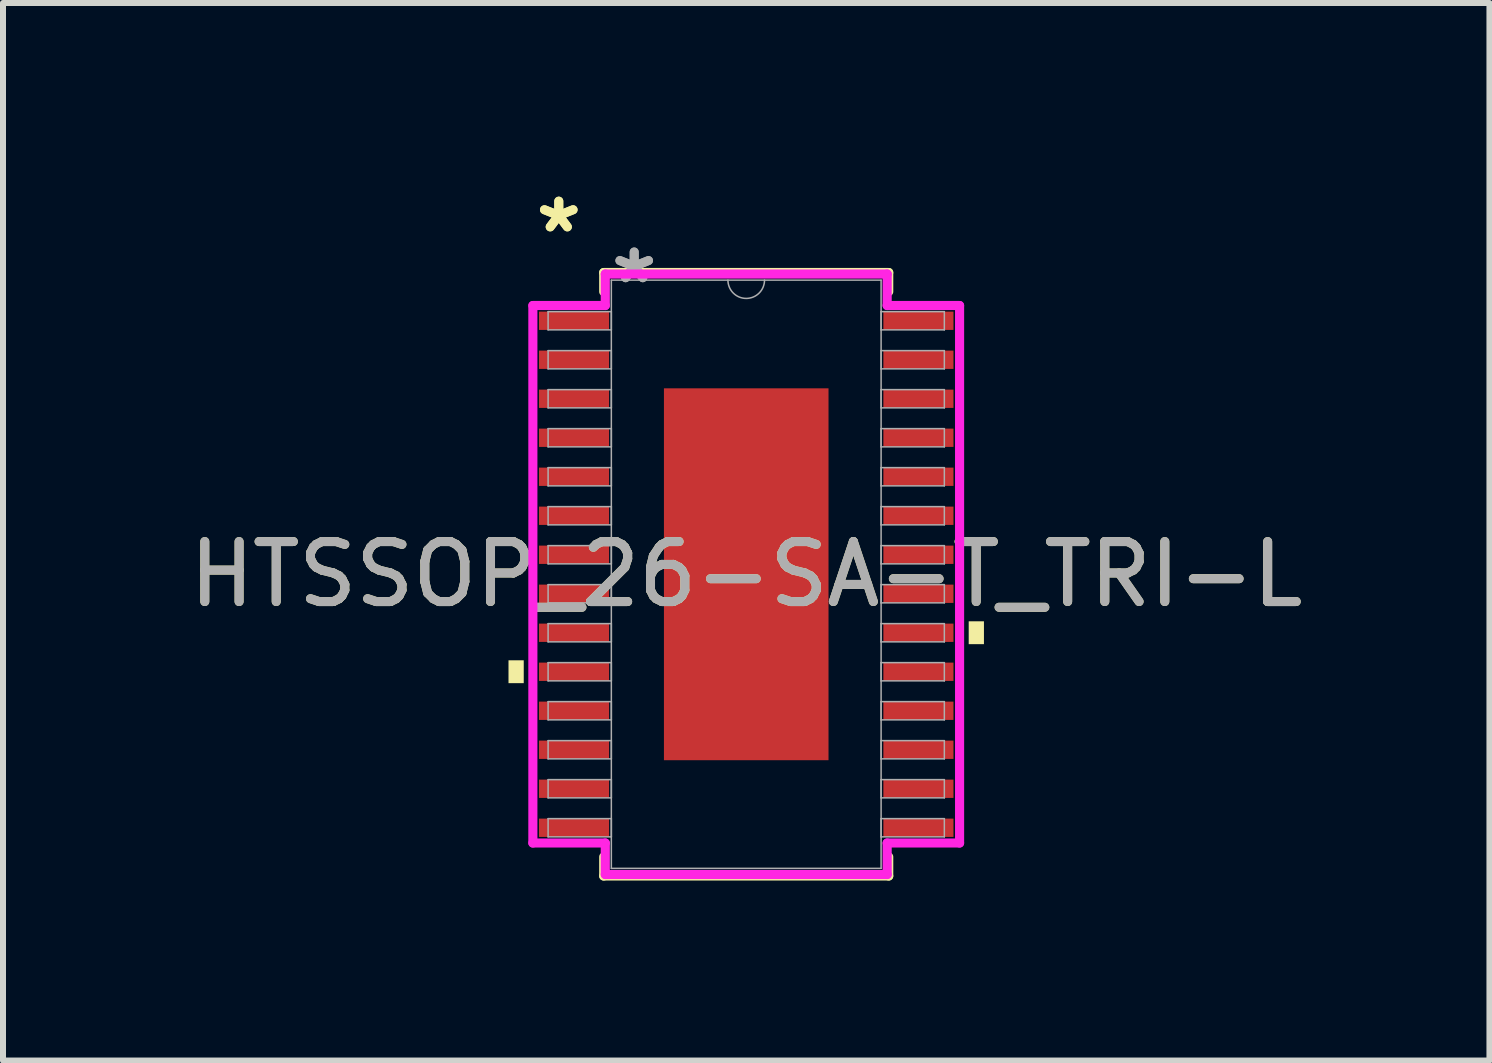
<source format=kicad_pcb>
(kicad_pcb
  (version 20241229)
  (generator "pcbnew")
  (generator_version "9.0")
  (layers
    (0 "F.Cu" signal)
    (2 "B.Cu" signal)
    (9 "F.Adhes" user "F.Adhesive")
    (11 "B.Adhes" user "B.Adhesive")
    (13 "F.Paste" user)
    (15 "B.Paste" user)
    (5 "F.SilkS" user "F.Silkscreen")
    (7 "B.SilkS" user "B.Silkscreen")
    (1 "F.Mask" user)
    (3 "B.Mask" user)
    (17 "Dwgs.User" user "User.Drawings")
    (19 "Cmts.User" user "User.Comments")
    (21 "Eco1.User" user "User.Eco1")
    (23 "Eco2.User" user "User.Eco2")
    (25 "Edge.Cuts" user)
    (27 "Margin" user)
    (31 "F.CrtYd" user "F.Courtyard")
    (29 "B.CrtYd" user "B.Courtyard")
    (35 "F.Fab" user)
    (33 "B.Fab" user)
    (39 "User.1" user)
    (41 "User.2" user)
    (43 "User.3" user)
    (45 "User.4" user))
  (footprint "HTSSOP_26-SA-T_TRI-L"
    (layer "F.Cu")
    (at 9.387 6.521)
    (property "Reference" "HTSSOP_26-SA-T_TRI-L" (at 0 0 0) (unlocked yes) (layer "F.SilkS") (effects (font (size 1 1) (thickness 0.15))))
    (attr smd)
    (fp_line (start -2.375 -5.029) (end -2.375 -4.71) (stroke (width 0.152) (type solid)) (layer "F.SilkS"))
    (fp_line (start -2.375 4.71) (end -2.375 5.029) (stroke (width 0.152) (type solid)) (layer "F.SilkS"))
    (fp_line (start -2.375 5.029) (end 2.375 5.029) (stroke (width 0.152) (type solid)) (layer "F.SilkS"))
    (fp_line (start 2.375 -5.029) (end -2.375 -5.029) (stroke (width 0.152) (type solid)) (layer "F.SilkS"))
    (fp_line (start 2.375 -4.71) (end 2.375 -5.029) (stroke (width 0.152) (type solid)) (layer "F.SilkS"))
    (fp_line (start 2.375 5.029) (end 2.375 4.71) (stroke (width 0.152) (type solid)) (layer "F.SilkS"))
    (fp_poly (pts (xy -3.962 1.434) (xy -3.962 1.815) (xy -3.708 1.815) (xy -3.708 1.434)) (stroke (width 0) (type solid)) (fill yes) (layer "F.SilkS"))
    (fp_poly (pts (xy 3.962 0.784) (xy 3.962 1.165) (xy 3.708 1.165) (xy 3.708 0.784)) (stroke (width 0) (type solid)) (fill yes) (layer "F.SilkS"))
    (fp_poly (pts (xy -1.272 -2.999) (xy -1.272 -1.649) (xy -0.1 -1.649) (xy -0.1 -2.999)) (stroke (width 0) (type solid)) (fill yes) (layer "F.Paste"))
    (fp_poly (pts (xy -1.272 -1.449) (xy -1.272 -0.1) (xy -0.1 -0.1) (xy -0.1 -1.449)) (stroke (width 0) (type solid)) (fill yes) (layer "F.Paste"))
    (fp_poly (pts (xy -1.272 0.1) (xy -1.272 1.449) (xy -0.1 1.449) (xy -0.1 0.1)) (stroke (width 0) (type solid)) (fill yes) (layer "F.Paste"))
    (fp_poly (pts (xy -1.272 1.649) (xy -1.272 2.999) (xy -0.1 2.999) (xy -0.1 1.649)) (stroke (width 0) (type solid)) (fill yes) (layer "F.Paste"))
    (fp_poly (pts (xy 0.1 -2.999) (xy 0.1 -1.649) (xy 1.272 -1.649) (xy 1.272 -2.999)) (stroke (width 0) (type solid)) (fill yes) (layer "F.Paste"))
    (fp_poly (pts (xy 0.1 -1.449) (xy 0.1 -0.1) (xy 1.272 -0.1) (xy 1.272 -1.449)) (stroke (width 0) (type solid)) (fill yes) (layer "F.Paste"))
    (fp_poly (pts (xy 0.1 0.1) (xy 0.1 1.449) (xy 1.272 1.449) (xy 1.272 0.1)) (stroke (width 0) (type solid)) (fill yes) (layer "F.Paste"))
    (fp_poly (pts (xy 0.1 1.649) (xy 0.1 2.999) (xy 1.272 2.999) (xy 1.272 1.649)) (stroke (width 0) (type solid)) (fill yes) (layer "F.Paste"))
    (fp_line (start -3.556 -4.479) (end -2.349 -4.479) (stroke (width 0.152) (type solid)) (layer "F.CrtYd"))
    (fp_line (start -3.556 4.479) (end -3.556 -4.479) (stroke (width 0.152) (type solid)) (layer "F.CrtYd"))
    (fp_line (start -3.556 4.479) (end -2.349 4.479) (stroke (width 0.152) (type solid)) (layer "F.CrtYd"))
    (fp_line (start -2.349 -5.004) (end 2.349 -5.004) (stroke (width 0.152) (type solid)) (layer "F.CrtYd"))
    (fp_line (start -2.349 -4.479) (end -2.349 -5.004) (stroke (width 0.152) (type solid)) (layer "F.CrtYd"))
    (fp_line (start -2.349 5.004) (end -2.349 4.479) (stroke (width 0.152) (type solid)) (layer "F.CrtYd"))
    (fp_line (start 2.349 -5.004) (end 2.349 -4.479) (stroke (width 0.152) (type solid)) (layer "F.CrtYd"))
    (fp_line (start 2.349 4.479) (end 2.349 5.004) (stroke (width 0.152) (type solid)) (layer "F.CrtYd"))
    (fp_line (start 2.349 5.004) (end -2.349 5.004) (stroke (width 0.152) (type solid)) (layer "F.CrtYd"))
    (fp_line (start 3.556 -4.479) (end 2.349 -4.479) (stroke (width 0.152) (type solid)) (layer "F.CrtYd"))
    (fp_line (start 3.556 -4.479) (end 3.556 4.479) (stroke (width 0.152) (type solid)) (layer "F.CrtYd"))
    (fp_line (start 3.556 4.479) (end 2.349 4.479) (stroke (width 0.152) (type solid)) (layer "F.CrtYd"))
    (fp_line (start -3.302 -4.377) (end -3.302 -4.073) (stroke (width 0.025) (type solid)) (layer "F.Fab"))
    (fp_line (start -3.302 -4.073) (end -2.248 -4.073) (stroke (width 0.025) (type solid)) (layer "F.Fab"))
    (fp_line (start -3.302 -3.727) (end -3.302 -3.423) (stroke (width 0.025) (type solid)) (layer "F.Fab"))
    (fp_line (start -3.302 -3.423) (end -2.248 -3.423) (stroke (width 0.025) (type solid)) (layer "F.Fab"))
    (fp_line (start -3.302 -3.077) (end -3.302 -2.773) (stroke (width 0.025) (type solid)) (layer "F.Fab"))
    (fp_line (start -3.302 -2.773) (end -2.248 -2.773) (stroke (width 0.025) (type solid)) (layer "F.Fab"))
    (fp_line (start -3.302 -2.427) (end -3.302 -2.123) (stroke (width 0.025) (type solid)) (layer "F.Fab"))
    (fp_line (start -3.302 -2.123) (end -2.248 -2.123) (stroke (width 0.025) (type solid)) (layer "F.Fab"))
    (fp_line (start -3.302 -1.777) (end -3.302 -1.473) (stroke (width 0.025) (type solid)) (layer "F.Fab"))
    (fp_line (start -3.302 -1.473) (end -2.248 -1.473) (stroke (width 0.025) (type solid)) (layer "F.Fab"))
    (fp_line (start -3.302 -1.127) (end -3.302 -0.823) (stroke (width 0.025) (type solid)) (layer "F.Fab"))
    (fp_line (start -3.302 -0.823) (end -2.248 -0.823) (stroke (width 0.025) (type solid)) (layer "F.Fab"))
    (fp_line (start -3.302 -0.477) (end -3.302 -0.173) (stroke (width 0.025) (type solid)) (layer "F.Fab"))
    (fp_line (start -3.302 -0.173) (end -2.248 -0.173) (stroke (width 0.025) (type solid)) (layer "F.Fab"))
    (fp_line (start -3.302 0.173) (end -3.302 0.477) (stroke (width 0.025) (type solid)) (layer "F.Fab"))
    (fp_line (start -3.302 0.477) (end -2.248 0.477) (stroke (width 0.025) (type solid)) (layer "F.Fab"))
    (fp_line (start -3.302 0.823) (end -3.302 1.127) (stroke (width 0.025) (type solid)) (layer "F.Fab"))
    (fp_line (start -3.302 1.127) (end -2.248 1.127) (stroke (width 0.025) (type solid)) (layer "F.Fab"))
    (fp_line (start -3.302 1.473) (end -3.302 1.777) (stroke (width 0.025) (type solid)) (layer "F.Fab"))
    (fp_line (start -3.302 1.777) (end -2.248 1.777) (stroke (width 0.025) (type solid)) (layer "F.Fab"))
    (fp_line (start -3.302 2.123) (end -3.302 2.427) (stroke (width 0.025) (type solid)) (layer "F.Fab"))
    (fp_line (start -3.302 2.427) (end -2.248 2.427) (stroke (width 0.025) (type solid)) (layer "F.Fab"))
    (fp_line (start -3.302 2.773) (end -3.302 3.077) (stroke (width 0.025) (type solid)) (layer "F.Fab"))
    (fp_line (start -3.302 3.077) (end -2.248 3.077) (stroke (width 0.025) (type solid)) (layer "F.Fab"))
    (fp_line (start -3.302 3.423) (end -3.302 3.727) (stroke (width 0.025) (type solid)) (layer "F.Fab"))
    (fp_line (start -3.302 3.727) (end -2.248 3.727) (stroke (width 0.025) (type solid)) (layer "F.Fab"))
    (fp_line (start -3.302 4.073) (end -3.302 4.377) (stroke (width 0.025) (type solid)) (layer "F.Fab"))
    (fp_line (start -3.302 4.377) (end -2.248 4.377) (stroke (width 0.025) (type solid)) (layer "F.Fab"))
    (fp_line (start -2.248 -4.902) (end -2.248 4.902) (stroke (width 0.025) (type solid)) (layer "F.Fab"))
    (fp_line (start -2.248 -4.377) (end -3.302 -4.377) (stroke (width 0.025) (type solid)) (layer "F.Fab"))
    (fp_line (start -2.248 -4.073) (end -2.248 -4.377) (stroke (width 0.025) (type solid)) (layer "F.Fab"))
    (fp_line (start -2.248 -3.727) (end -3.302 -3.727) (stroke (width 0.025) (type solid)) (layer "F.Fab"))
    (fp_line (start -2.248 -3.423) (end -2.248 -3.727) (stroke (width 0.025) (type solid)) (layer "F.Fab"))
    (fp_line (start -2.248 -3.077) (end -3.302 -3.077) (stroke (width 0.025) (type solid)) (layer "F.Fab"))
    (fp_line (start -2.248 -2.773) (end -2.248 -3.077) (stroke (width 0.025) (type solid)) (layer "F.Fab"))
    (fp_line (start -2.248 -2.427) (end -3.302 -2.427) (stroke (width 0.025) (type solid)) (layer "F.Fab"))
    (fp_line (start -2.248 -2.123) (end -2.248 -2.427) (stroke (width 0.025) (type solid)) (layer "F.Fab"))
    (fp_line (start -2.248 -1.777) (end -3.302 -1.777) (stroke (width 0.025) (type solid)) (layer "F.Fab"))
    (fp_line (start -2.248 -1.473) (end -2.248 -1.777) (stroke (width 0.025) (type solid)) (layer "F.Fab"))
    (fp_line (start -2.248 -1.127) (end -3.302 -1.127) (stroke (width 0.025) (type solid)) (layer "F.Fab"))
    (fp_line (start -2.248 -0.823) (end -2.248 -1.127) (stroke (width 0.025) (type solid)) (layer "F.Fab"))
    (fp_line (start -2.248 -0.477) (end -3.302 -0.477) (stroke (width 0.025) (type solid)) (layer "F.Fab"))
    (fp_line (start -2.248 -0.173) (end -2.248 -0.477) (stroke (width 0.025) (type solid)) (layer "F.Fab"))
    (fp_line (start -2.248 0.173) (end -3.302 0.173) (stroke (width 0.025) (type solid)) (layer "F.Fab"))
    (fp_line (start -2.248 0.477) (end -2.248 0.173) (stroke (width 0.025) (type solid)) (layer "F.Fab"))
    (fp_line (start -2.248 0.823) (end -3.302 0.823) (stroke (width 0.025) (type solid)) (layer "F.Fab"))
    (fp_line (start -2.248 1.127) (end -2.248 0.823) (stroke (width 0.025) (type solid)) (layer "F.Fab"))
    (fp_line (start -2.248 1.473) (end -3.302 1.473) (stroke (width 0.025) (type solid)) (layer "F.Fab"))
    (fp_line (start -2.248 1.777) (end -2.248 1.473) (stroke (width 0.025) (type solid)) (layer "F.Fab"))
    (fp_line (start -2.248 2.123) (end -3.302 2.123) (stroke (width 0.025) (type solid)) (layer "F.Fab"))
    (fp_line (start -2.248 2.427) (end -2.248 2.123) (stroke (width 0.025) (type solid)) (layer "F.Fab"))
    (fp_line (start -2.248 2.773) (end -3.302 2.773) (stroke (width 0.025) (type solid)) (layer "F.Fab"))
    (fp_line (start -2.248 3.077) (end -2.248 2.773) (stroke (width 0.025) (type solid)) (layer "F.Fab"))
    (fp_line (start -2.248 3.423) (end -3.302 3.423) (stroke (width 0.025) (type solid)) (layer "F.Fab"))
    (fp_line (start -2.248 3.727) (end -2.248 3.423) (stroke (width 0.025) (type solid)) (layer "F.Fab"))
    (fp_line (start -2.248 4.073) (end -3.302 4.073) (stroke (width 0.025) (type solid)) (layer "F.Fab"))
    (fp_line (start -2.248 4.377) (end -2.248 4.073) (stroke (width 0.025) (type solid)) (layer "F.Fab"))
    (fp_line (start -2.248 4.902) (end 2.248 4.902) (stroke (width 0.025) (type solid)) (layer "F.Fab"))
    (fp_line (start 2.248 -4.902) (end -2.248 -4.902) (stroke (width 0.025) (type solid)) (layer "F.Fab"))
    (fp_line (start 2.248 -4.377) (end 2.248 -4.073) (stroke (width 0.025) (type solid)) (layer "F.Fab"))
    (fp_line (start 2.248 -4.073) (end 3.302 -4.073) (stroke (width 0.025) (type solid)) (layer "F.Fab"))
    (fp_line (start 2.248 -3.727) (end 2.248 -3.423) (stroke (width 0.025) (type solid)) (layer "F.Fab"))
    (fp_line (start 2.248 -3.423) (end 3.302 -3.423) (stroke (width 0.025) (type solid)) (layer "F.Fab"))
    (fp_line (start 2.248 -3.077) (end 2.248 -2.773) (stroke (width 0.025) (type solid)) (layer "F.Fab"))
    (fp_line (start 2.248 -2.773) (end 3.302 -2.773) (stroke (width 0.025) (type solid)) (layer "F.Fab"))
    (fp_line (start 2.248 -2.427) (end 2.248 -2.123) (stroke (width 0.025) (type solid)) (layer "F.Fab"))
    (fp_line (start 2.248 -2.123) (end 3.302 -2.123) (stroke (width 0.025) (type solid)) (layer "F.Fab"))
    (fp_line (start 2.248 -1.777) (end 2.248 -1.473) (stroke (width 0.025) (type solid)) (layer "F.Fab"))
    (fp_line (start 2.248 -1.473) (end 3.302 -1.473) (stroke (width 0.025) (type solid)) (layer "F.Fab"))
    (fp_line (start 2.248 -1.127) (end 2.248 -0.823) (stroke (width 0.025) (type solid)) (layer "F.Fab"))
    (fp_line (start 2.248 -0.823) (end 3.302 -0.823) (stroke (width 0.025) (type solid)) (layer "F.Fab"))
    (fp_line (start 2.248 -0.477) (end 2.248 -0.173) (stroke (width 0.025) (type solid)) (layer "F.Fab"))
    (fp_line (start 2.248 -0.173) (end 3.302 -0.173) (stroke (width 0.025) (type solid)) (layer "F.Fab"))
    (fp_line (start 2.248 0.173) (end 2.248 0.477) (stroke (width 0.025) (type solid)) (layer "F.Fab"))
    (fp_line (start 2.248 0.477) (end 3.302 0.477) (stroke (width 0.025) (type solid)) (layer "F.Fab"))
    (fp_line (start 2.248 0.823) (end 2.248 1.127) (stroke (width 0.025) (type solid)) (layer "F.Fab"))
    (fp_line (start 2.248 1.127) (end 3.302 1.127) (stroke (width 0.025) (type solid)) (layer "F.Fab"))
    (fp_line (start 2.248 1.473) (end 2.248 1.777) (stroke (width 0.025) (type solid)) (layer "F.Fab"))
    (fp_line (start 2.248 1.777) (end 3.302 1.777) (stroke (width 0.025) (type solid)) (layer "F.Fab"))
    (fp_line (start 2.248 2.123) (end 2.248 2.427) (stroke (width 0.025) (type solid)) (layer "F.Fab"))
    (fp_line (start 2.248 2.427) (end 3.302 2.427) (stroke (width 0.025) (type solid)) (layer "F.Fab"))
    (fp_line (start 2.248 2.773) (end 2.248 3.077) (stroke (width 0.025) (type solid)) (layer "F.Fab"))
    (fp_line (start 2.248 3.077) (end 3.302 3.077) (stroke (width 0.025) (type solid)) (layer "F.Fab"))
    (fp_line (start 2.248 3.423) (end 2.248 3.727) (stroke (width 0.025) (type solid)) (layer "F.Fab"))
    (fp_line (start 2.248 3.727) (end 3.302 3.727) (stroke (width 0.025) (type solid)) (layer "F.Fab"))
    (fp_line (start 2.248 4.073) (end 2.248 4.377) (stroke (width 0.025) (type solid)) (layer "F.Fab"))
    (fp_line (start 2.248 4.377) (end 3.302 4.377) (stroke (width 0.025) (type solid)) (layer "F.Fab"))
    (fp_line (start 2.248 4.902) (end 2.248 -4.902) (stroke (width 0.025) (type solid)) (layer "F.Fab"))
    (fp_line (start 3.302 -4.377) (end 2.248 -4.377) (stroke (width 0.025) (type solid)) (layer "F.Fab"))
    (fp_line (start 3.302 -4.073) (end 3.302 -4.377) (stroke (width 0.025) (type solid)) (layer "F.Fab"))
    (fp_line (start 3.302 -3.727) (end 2.248 -3.727) (stroke (width 0.025) (type solid)) (layer "F.Fab"))
    (fp_line (start 3.302 -3.423) (end 3.302 -3.727) (stroke (width 0.025) (type solid)) (layer "F.Fab"))
    (fp_line (start 3.302 -3.077) (end 2.248 -3.077) (stroke (width 0.025) (type solid)) (layer "F.Fab"))
    (fp_line (start 3.302 -2.773) (end 3.302 -3.077) (stroke (width 0.025) (type solid)) (layer "F.Fab"))
    (fp_line (start 3.302 -2.427) (end 2.248 -2.427) (stroke (width 0.025) (type solid)) (layer "F.Fab"))
    (fp_line (start 3.302 -2.123) (end 3.302 -2.427) (stroke (width 0.025) (type solid)) (layer "F.Fab"))
    (fp_line (start 3.302 -1.777) (end 2.248 -1.777) (stroke (width 0.025) (type solid)) (layer "F.Fab"))
    (fp_line (start 3.302 -1.473) (end 3.302 -1.777) (stroke (width 0.025) (type solid)) (layer "F.Fab"))
    (fp_line (start 3.302 -1.127) (end 2.248 -1.127) (stroke (width 0.025) (type solid)) (layer "F.Fab"))
    (fp_line (start 3.302 -0.823) (end 3.302 -1.127) (stroke (width 0.025) (type solid)) (layer "F.Fab"))
    (fp_line (start 3.302 -0.477) (end 2.248 -0.477) (stroke (width 0.025) (type solid)) (layer "F.Fab"))
    (fp_line (start 3.302 -0.173) (end 3.302 -0.477) (stroke (width 0.025) (type solid)) (layer "F.Fab"))
    (fp_line (start 3.302 0.173) (end 2.248 0.173) (stroke (width 0.025) (type solid)) (layer "F.Fab"))
    (fp_line (start 3.302 0.477) (end 3.302 0.173) (stroke (width 0.025) (type solid)) (layer "F.Fab"))
    (fp_line (start 3.302 0.823) (end 2.248 0.823) (stroke (width 0.025) (type solid)) (layer "F.Fab"))
    (fp_line (start 3.302 1.127) (end 3.302 0.823) (stroke (width 0.025) (type solid)) (layer "F.Fab"))
    (fp_line (start 3.302 1.473) (end 2.248 1.473) (stroke (width 0.025) (type solid)) (layer "F.Fab"))
    (fp_line (start 3.302 1.777) (end 3.302 1.473) (stroke (width 0.025) (type solid)) (layer "F.Fab"))
    (fp_line (start 3.302 2.123) (end 2.248 2.123) (stroke (width 0.025) (type solid)) (layer "F.Fab"))
    (fp_line (start 3.302 2.427) (end 3.302 2.123) (stroke (width 0.025) (type solid)) (layer "F.Fab"))
    (fp_line (start 3.302 2.773) (end 2.248 2.773) (stroke (width 0.025) (type solid)) (layer "F.Fab"))
    (fp_line (start 3.302 3.077) (end 3.302 2.773) (stroke (width 0.025) (type solid)) (layer "F.Fab"))
    (fp_line (start 3.302 3.423) (end 2.248 3.423) (stroke (width 0.025) (type solid)) (layer "F.Fab"))
    (fp_line (start 3.302 3.727) (end 3.302 3.423) (stroke (width 0.025) (type solid)) (layer "F.Fab"))
    (fp_line (start 3.302 4.073) (end 2.248 4.073) (stroke (width 0.025) (type solid)) (layer "F.Fab"))
    (fp_line (start 3.302 4.377) (end 3.302 4.073) (stroke (width 0.025) (type solid)) (layer "F.Fab"))
    (fp_arc (start 0.3048 -4.9022) (mid 0 -4.5974) (end -0.3048 -4.9022) (stroke (width 0.0254) (type solid)) (layer "F.Fab"))
    (fp_text user "*" (at -3.124 -5.673 0) (unlocked yes) (layer "F.SilkS") (effects (font (size 1 1) (thickness 0.15))))
    (fp_text user "*" (at -3.124 -5.673 0) (layer "F.SilkS") (effects (font (size 1 1) (thickness 0.15))))
    (fp_text user "${REFERENCE}" (at 0 0 0) (unlocked yes) (layer "F.Fab") (effects (font (size 1 1) (thickness 0.15))))
    (fp_text user "*" (at -1.867 -4.826 0) (unlocked yes) (layer "F.Fab") (effects (font (size 1 1) (thickness 0.15))))
    (fp_text user "*" (at -1.867 -4.826 0) (layer "F.Fab") (effects (font (size 1 1) (thickness 0.15))))
    (pad "1" smd rect (at -2.87 -4.225) (size 1.168 0.305) (layers "F.Cu" "F.Mask" "F.Paste"))
    (pad "2" smd rect (at -2.87 -3.575) (size 1.168 0.305) (layers "F.Cu" "F.Mask" "F.Paste"))
    (pad "3" smd rect (at -2.87 -2.925) (size 1.168 0.305) (layers "F.Cu" "F.Mask" "F.Paste"))
    (pad "4" smd rect (at -2.87 -2.275) (size 1.168 0.305) (layers "F.Cu" "F.Mask" "F.Paste"))
    (pad "5" smd rect (at -2.87 -1.625) (size 1.168 0.305) (layers "F.Cu" "F.Mask" "F.Paste"))
    (pad "6" smd rect (at -2.87 -0.975) (size 1.168 0.305) (layers "F.Cu" "F.Mask" "F.Paste"))
    (pad "7" smd rect (at -2.87 -0.325) (size 1.168 0.305) (layers "F.Cu" "F.Mask" "F.Paste"))
    (pad "8" smd rect (at -2.87 0.325) (size 1.168 0.305) (layers "F.Cu" "F.Mask" "F.Paste"))
    (pad "9" smd rect (at -2.87 0.975) (size 1.168 0.305) (layers "F.Cu" "F.Mask" "F.Paste"))
    (pad "10" smd rect (at -2.87 1.625) (size 1.168 0.305) (layers "F.Cu" "F.Mask" "F.Paste"))
    (pad "11" smd rect (at -2.87 2.275) (size 1.168 0.305) (layers "F.Cu" "F.Mask" "F.Paste"))
    (pad "12" smd rect (at -2.87 2.925) (size 1.168 0.305) (layers "F.Cu" "F.Mask" "F.Paste"))
    (pad "13" smd rect (at -2.87 3.575) (size 1.168 0.305) (layers "F.Cu" "F.Mask" "F.Paste"))
    (pad "14" smd rect (at -2.87 4.225) (size 1.168 0.305) (layers "F.Cu" "F.Mask" "F.Paste"))
    (pad "15" smd rect (at 2.87 4.225) (size 1.168 0.305) (layers "F.Cu" "F.Mask" "F.Paste"))
    (pad "16" smd rect (at 2.87 3.575) (size 1.168 0.305) (layers "F.Cu" "F.Mask" "F.Paste"))
    (pad "17" smd rect (at 2.87 2.925) (size 1.168 0.305) (layers "F.Cu" "F.Mask" "F.Paste"))
    (pad "18" smd rect (at 2.87 2.275) (size 1.168 0.305) (layers "F.Cu" "F.Mask" "F.Paste"))
    (pad "19" smd rect (at 2.87 1.625) (size 1.168 0.305) (layers "F.Cu" "F.Mask" "F.Paste"))
    (pad "20" smd rect (at 2.87 0.975) (size 1.168 0.305) (layers "F.Cu" "F.Mask" "F.Paste"))
    (pad "21" smd rect (at 2.87 0.325) (size 1.168 0.305) (layers "F.Cu" "F.Mask" "F.Paste"))
    (pad "22" smd rect (at 2.87 -0.325) (size 1.168 0.305) (layers "F.Cu" "F.Mask" "F.Paste"))
    (pad "23" smd rect (at 2.87 -0.975) (size 1.168 0.305) (layers "F.Cu" "F.Mask" "F.Paste"))
    (pad "24" smd rect (at 2.87 -1.625) (size 1.168 0.305) (layers "F.Cu" "F.Mask" "F.Paste"))
    (pad "25" smd rect (at 2.87 -2.275) (size 1.168 0.305) (layers "F.Cu" "F.Mask" "F.Paste"))
    (pad "26" smd rect (at 2.87 -2.925) (size 1.168 0.305) (layers "F.Cu" "F.Mask" "F.Paste"))
    (pad "27" smd rect (at 2.87 -3.575) (size 1.168 0.305) (layers "F.Cu" "F.Mask" "F.Paste"))
    (pad "28" smd rect (at 2.87 -4.225) (size 1.168 0.305) (layers "F.Cu" "F.Mask" "F.Paste"))
    (pad "EPAD" smd rect (at 0 0) (size 2.743 6.198) (layers "F.Cu" "F.Mask")))
  (gr_rect
    (start -3 -3)
    (end 21.774 14.626)
    (stroke (width 0.1) (type default))
    (fill no)
    (layer "Edge.Cuts")))
</source>
